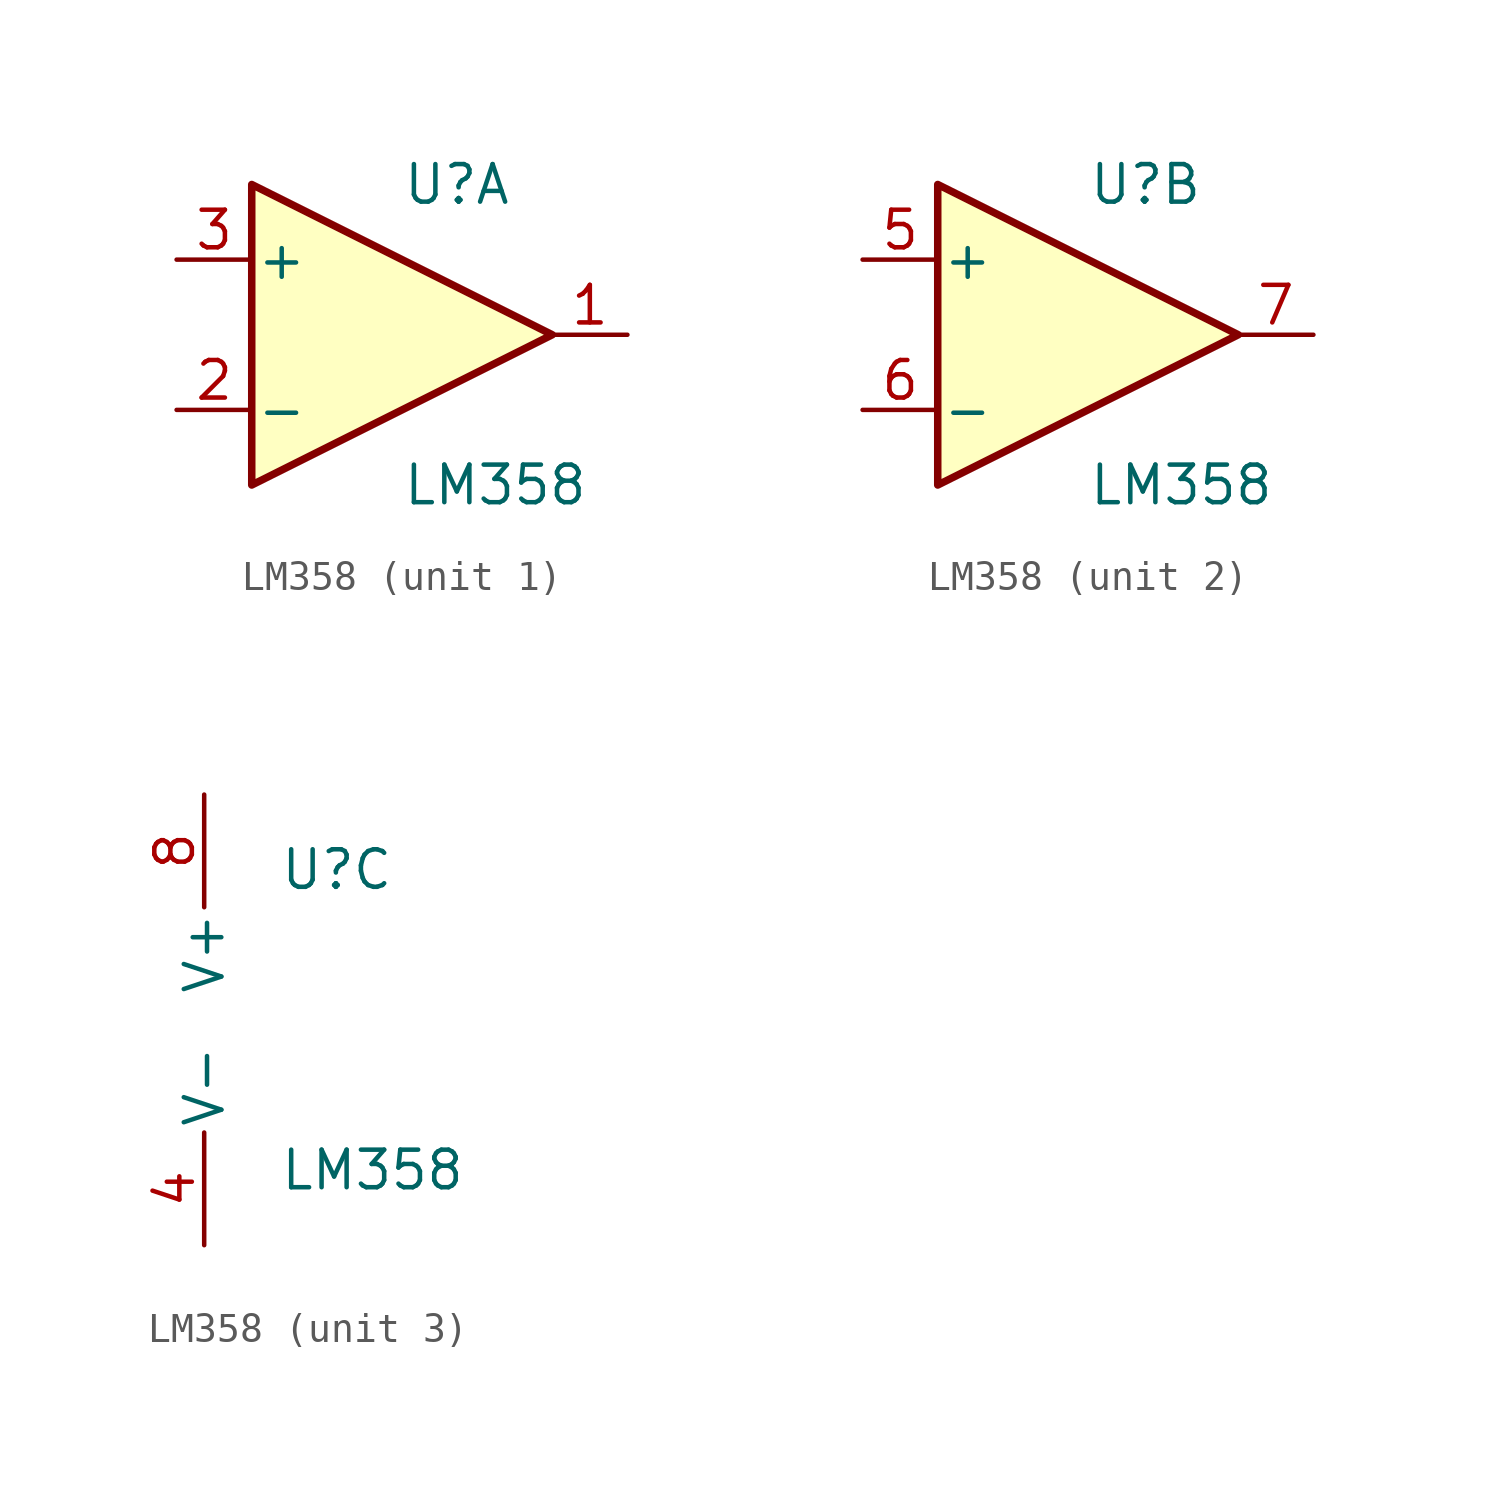
<source format=kicad_sym>
(kicad_symbol_lib
  (version 20241209)
  (generator "kicad_symbol_editor")
  (generator_version "9.0")
  (symbol "LM358"
    (pin_names
      (offset 0.127))
    (property "Reference" "U"
      (at 0 5.08 0)
      (effects (font (size 1.27 1.27)) (justify left)))
    (property "Value" "LM358"
      (at 0 -5.08 0)
      (effects (font (size 1.27 1.27)) (justify left)))
    (property "ki_locked" ""
      (at 0 0 0)
      (effects (font (size 1.27 1.27))))
    (symbol "LM358_1_1"
      (polyline (pts (xy -5.08 5.08) (xy 5.08 0) (xy -5.08 -5.08) (xy -5.08 5.08)) (stroke (width 0.254) (type default)) (fill (type background)))
      (pin input line (at -7.62 2.54 0) (length 2.54) (name "+" (effects (font (size 1.27 1.27)))) (number "3" (effects (font (size 1.27 1.27)))))
      (pin input line (at -7.62 -2.54 0) (length 2.54) (name "-" (effects (font (size 1.27 1.27)))) (number "2" (effects (font (size 1.27 1.27)))))
      (pin output line (at 7.62 0 180) (length 2.54) (name "~" (effects (font (size 1.27 1.27)))) (number "1" (effects (font (size 1.27 1.27))))))
    (symbol "LM358_2_1"
      (polyline (pts (xy -5.08 5.08) (xy 5.08 0) (xy -5.08 -5.08) (xy -5.08 5.08)) (stroke (width 0.254) (type default)) (fill (type background)))
      (pin input line (at -7.62 2.54 0) (length 2.54) (name "+" (effects (font (size 1.27 1.27)))) (number "5" (effects (font (size 1.27 1.27)))))
      (pin input line (at -7.62 -2.54 0) (length 2.54) (name "-" (effects (font (size 1.27 1.27)))) (number "6" (effects (font (size 1.27 1.27)))))
      (pin output line (at 7.62 0 180) (length 2.54) (name "~" (effects (font (size 1.27 1.27)))) (number "7" (effects (font (size 1.27 1.27))))))
    (symbol "LM358_3_1"
      (pin power_in line (at -2.54 7.62 270) (length 3.81) (name "V+" (effects (font (size 1.27 1.27)))) (number "8" (effects (font (size 1.27 1.27)))))
      (pin power_in line (at -2.54 -7.62 90) (length 3.81) (name "V-" (effects (font (size 1.27 1.27)))) (number "4" (effects (font (size 1.27 1.27))))))))
</source>
